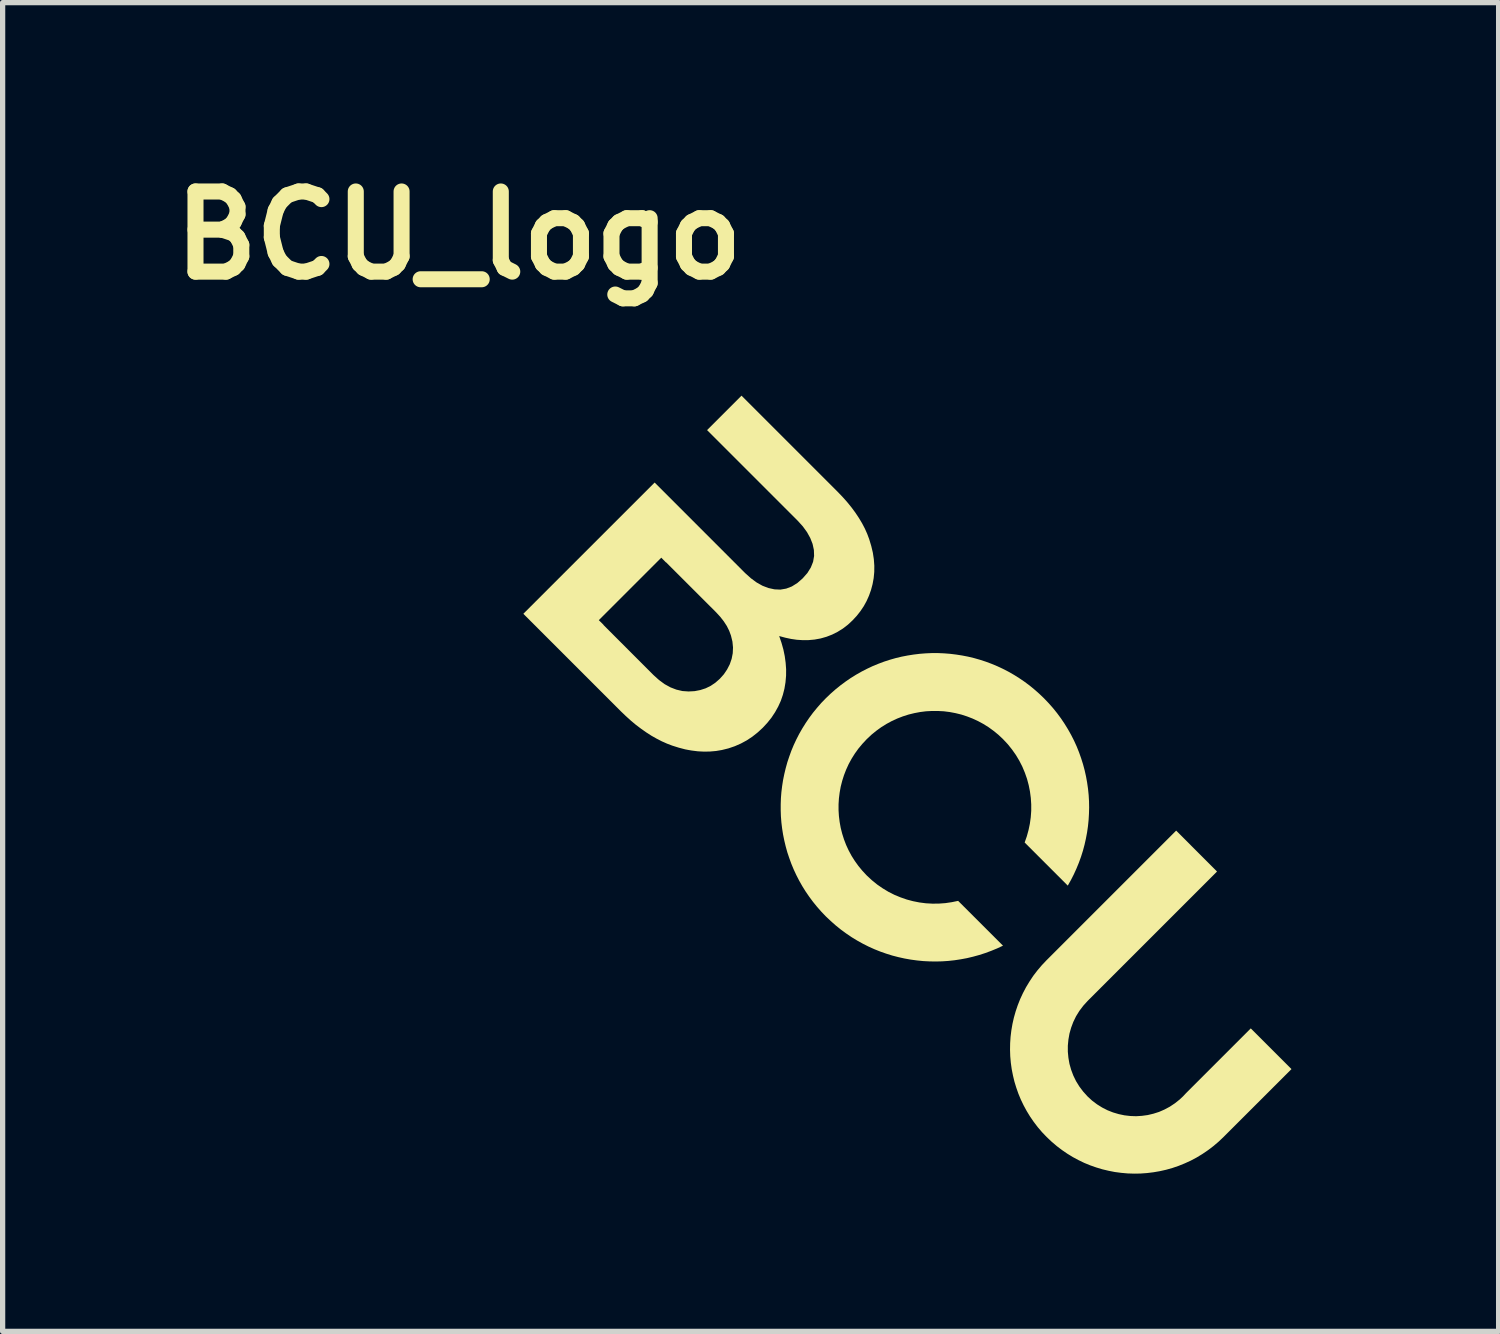
<source format=kicad_pcb>
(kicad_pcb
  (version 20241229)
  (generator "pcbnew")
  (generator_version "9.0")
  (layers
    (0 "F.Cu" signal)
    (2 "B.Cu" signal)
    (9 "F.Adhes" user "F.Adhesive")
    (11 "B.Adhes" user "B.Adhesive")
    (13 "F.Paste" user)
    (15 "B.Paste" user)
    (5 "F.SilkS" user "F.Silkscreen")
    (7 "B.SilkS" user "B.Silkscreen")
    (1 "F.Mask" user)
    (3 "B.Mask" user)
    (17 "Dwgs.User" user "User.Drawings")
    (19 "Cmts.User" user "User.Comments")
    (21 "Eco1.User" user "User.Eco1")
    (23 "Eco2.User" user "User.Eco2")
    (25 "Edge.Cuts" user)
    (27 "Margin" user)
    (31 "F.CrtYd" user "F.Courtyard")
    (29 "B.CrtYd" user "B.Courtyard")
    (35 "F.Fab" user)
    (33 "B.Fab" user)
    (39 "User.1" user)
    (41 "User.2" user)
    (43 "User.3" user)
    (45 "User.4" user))
  (footprint "BCU_logo"
    (layer "F.Cu")
    (at 5.675 2.871)
    (property "Reference" "BCU_logo" (at 0 -1.445 0) (layer "F.SilkS") (effects (font (size 1.524 1.524) (thickness 0.305))))
    (attr exclude_from_pos_files exclude_from_bom)
    (fp_poly (pts (xy 15.06 13.635) (xy 13.829 14.866) (xy 13.77 14.929) (xy 13.708 14.987) (xy 13.616 15.06) (xy 13.52 15.124) (xy 13.419 15.178) (xy 13.316 15.223) (xy 13.209 15.257) (xy 13.1 15.283) (xy 12.99 15.298) (xy 12.879 15.305) (xy 12.768 15.301) (xy 12.657 15.288) (xy 12.548 15.265) (xy 12.44 15.233) (xy 12.336 15.192) (xy 12.234 15.14) (xy 12.136 15.079) (xy 12.043 15.009) (xy 11.956 14.929) (xy 11.873 14.837) (xy 11.8 14.74) (xy 11.737 14.638) (xy 11.685 14.531) (xy 11.644 14.422) (xy 11.612 14.309) (xy 11.592 14.195) (xy 11.581 14.079) (xy 11.581 13.964) (xy 11.592 13.848) (xy 11.612 13.734) (xy 11.644 13.621) (xy 11.685 13.512) (xy 11.737 13.405) (xy 11.8 13.303) (xy 11.873 13.206) (xy 11.956 13.114) (xy 14.418 10.652) (xy 13.641 9.874) (xy 11.178 12.337) (xy 11.087 12.433) (xy 11.003 12.532) (xy 10.924 12.635) (xy 10.853 12.742) (xy 10.787 12.851) (xy 10.728 12.963) (xy 10.675 13.077) (xy 10.629 13.193) (xy 10.589 13.311) (xy 10.555 13.431) (xy 10.528 13.551) (xy 10.507 13.673) (xy 10.492 13.796) (xy 10.484 13.919) (xy 10.482 14.042) (xy 10.486 14.166) (xy 10.497 14.289) (xy 10.514 14.411) (xy 10.538 14.532) (xy 10.566 14.649) (xy 10.601 14.763) (xy 10.641 14.877) (xy 10.687 14.988) (xy 10.74 15.098) (xy 10.798 15.205) (xy 10.862 15.31) (xy 10.932 15.412) (xy 11.008 15.512) (xy 11.09 15.608) (xy 11.178 15.7) (xy 11.271 15.788) (xy 11.368 15.871) (xy 11.468 15.947) (xy 11.57 16.017) (xy 11.676 16.082) (xy 11.784 16.14) (xy 11.894 16.193) (xy 12.006 16.239) (xy 12.12 16.279) (xy 12.236 16.314) (xy 12.353 16.342) (xy 12.474 16.366) (xy 12.596 16.382) (xy 12.718 16.393) (xy 12.841 16.397) (xy 12.964 16.395) (xy 13.087 16.386) (xy 13.209 16.371) (xy 13.331 16.35) (xy 13.451 16.323) (xy 13.571 16.289) (xy 13.688 16.249) (xy 13.804 16.202) (xy 13.918 16.15) (xy 14.029 16.091) (xy 14.138 16.025) (xy 14.244 15.953) (xy 14.347 15.875) (xy 14.446 15.791) (xy 14.542 15.7) (xy 15.834 14.409) (xy 15.06 13.635)) (stroke (width 0) (type solid)) (fill yes) (layer "F.SilkS"))
    (fp_poly (pts (xy 6.223 6.929) (xy 6.224 6.806) (xy 6.215 6.683) (xy 6.198 6.557) (xy 6.172 6.431) (xy 6.136 6.303) (xy 6.092 6.174) (xy 6.206 6.205) (xy 6.318 6.229) (xy 6.428 6.245) (xy 6.537 6.252) (xy 6.643 6.252) (xy 6.764 6.241) (xy 6.88 6.22) (xy 6.992 6.188) (xy 7.1 6.146) (xy 7.203 6.094) (xy 7.303 6.032) (xy 7.398 5.959) (xy 7.488 5.875) (xy 7.567 5.79) (xy 7.637 5.701) (xy 7.7 5.607) (xy 7.754 5.509) (xy 7.8 5.406) (xy 7.838 5.299) (xy 7.868 5.187) (xy 7.889 5.072) (xy 7.9 4.955) (xy 7.901 4.835) (xy 7.892 4.713) (xy 7.873 4.588) (xy 7.843 4.462) (xy 7.804 4.333) (xy 7.766 4.231) (xy 7.721 4.13) (xy 7.668 4.029) (xy 7.608 3.929) (xy 7.541 3.828) (xy 7.467 3.728) (xy 7.385 3.627) (xy 7.296 3.527) (xy 7.2 3.427) (xy 5.376 1.603) (xy 4.721 2.258) (xy 6.442 3.979) (xy 6.541 4.088) (xy 6.621 4.198) (xy 6.683 4.31) (xy 6.727 4.422) (xy 6.752 4.537) (xy 6.756 4.651) (xy 6.737 4.762) (xy 6.694 4.87) (xy 6.628 4.976) (xy 6.538 5.078) (xy 6.437 5.166) (xy 6.333 5.231) (xy 6.226 5.272) (xy 6.116 5.291) (xy 6.002 5.286) (xy 5.888 5.261) (xy 5.775 5.218) (xy 5.664 5.156) (xy 5.554 5.075) (xy 5.445 4.977) (xy 3.724 3.255) (xy 1.227 5.751) (xy 3.077 7.601) (xy 3.174 7.694) (xy 3.271 7.782) (xy 3.368 7.863) (xy 3.466 7.937) (xy 3.564 8.006) (xy 3.662 8.069) (xy 3.761 8.125) (xy 3.86 8.176) (xy 3.959 8.22) (xy 4.059 8.258) (xy 4.183 8.297) (xy 4.305 8.329) (xy 4.369 8.341) (xy 4.369 7.228) (xy 4.369 7.228) (xy 4.252 7.22) (xy 4.137 7.193) (xy 4.025 7.15) (xy 3.914 7.089) (xy 3.806 7.01) (xy 3.7 6.914) (xy 2.75 5.963) (xy 2.752 5.961) (xy 2.662 5.872) (xy 3.85 4.684) (xy 3.939 4.774) (xy 3.941 4.772) (xy 4.892 5.722) (xy 4.971 5.808) (xy 5.039 5.895) (xy 5.096 5.983) (xy 5.141 6.073) (xy 5.175 6.165) (xy 5.203 6.279) (xy 5.214 6.391) (xy 5.209 6.501) (xy 5.188 6.608) (xy 5.152 6.712) (xy 5.102 6.809) (xy 5.04 6.901) (xy 4.964 6.986) (xy 4.88 7.06) (xy 4.79 7.121) (xy 4.694 7.168) (xy 4.592 7.201) (xy 4.483 7.222) (xy 4.369 7.228) (xy 4.369 8.341) (xy 4.426 8.351) (xy 4.545 8.366) (xy 4.662 8.372) (xy 4.777 8.37) (xy 4.891 8.36) (xy 5.003 8.341) (xy 5.128 8.31) (xy 5.248 8.269) (xy 5.364 8.218) (xy 5.475 8.158) (xy 5.581 8.088) (xy 5.682 8.008) (xy 5.779 7.919) (xy 5.867 7.824) (xy 5.946 7.725) (xy 6.014 7.622) (xy 6.073 7.516) (xy 6.123 7.406) (xy 6.162 7.292) (xy 6.192 7.175) (xy 6.212 7.054) (xy 6.223 6.929)) (stroke (width 0) (type solid)) (fill yes) (layer "F.SilkS"))
    (fp_poly (pts (xy 9.495 11.21) (xy 9.374 11.235) (xy 9.251 11.253) (xy 9.128 11.262) (xy 9.004 11.263) (xy 8.881 11.256) (xy 8.758 11.24) (xy 8.637 11.216) (xy 8.517 11.184) (xy 8.399 11.143) (xy 8.283 11.095) (xy 8.17 11.038) (xy 8.061 10.972) (xy 7.955 10.899) (xy 7.854 10.817) (xy 7.757 10.727) (xy 7.675 10.639) (xy 7.599 10.547) (xy 7.53 10.451) (xy 7.468 10.353) (xy 7.413 10.251) (xy 7.365 10.147) (xy 7.324 10.04) (xy 7.29 9.932) (xy 7.262 9.822) (xy 7.242 9.711) (xy 7.228 9.599) (xy 7.221 9.487) (xy 7.221 9.374) (xy 7.228 9.262) (xy 7.242 9.15) (xy 7.262 9.039) (xy 7.29 8.929) (xy 7.324 8.821) (xy 7.365 8.715) (xy 7.413 8.61) (xy 7.468 8.509) (xy 7.53 8.41) (xy 7.599 8.314) (xy 7.675 8.223) (xy 7.757 8.135) (xy 7.845 8.052) (xy 7.937 7.977) (xy 8.032 7.908) (xy 8.131 7.846) (xy 8.233 7.791) (xy 8.337 7.743) (xy 8.443 7.702) (xy 8.552 7.667) (xy 8.662 7.64) (xy 8.773 7.619) (xy 8.884 7.605) (xy 8.997 7.599) (xy 9.109 7.599) (xy 9.222 7.605) (xy 9.334 7.619) (xy 9.445 7.64) (xy 9.555 7.667) (xy 9.663 7.702) (xy 9.769 7.743) (xy 9.873 7.791) (xy 9.975 7.846) (xy 10.074 7.908) (xy 10.169 7.977) (xy 10.261 8.052) (xy 10.349 8.135) (xy 10.439 8.231) (xy 10.52 8.332) (xy 10.594 8.437) (xy 10.659 8.546) (xy 10.716 8.658) (xy 10.764 8.773) (xy 10.805 8.89) (xy 10.837 9.01) (xy 10.861 9.131) (xy 10.877 9.253) (xy 10.885 9.375) (xy 10.885 9.498) (xy 10.876 9.621) (xy 10.859 9.743) (xy 10.834 9.863) (xy 10.801 9.983) (xy 10.76 10.1) (xy 11.58 10.92) (xy 11.64 10.814) (xy 11.695 10.706) (xy 11.745 10.596) (xy 11.791 10.484) (xy 11.832 10.371) (xy 11.868 10.257) (xy 11.899 10.141) (xy 11.925 10.025) (xy 11.947 9.908) (xy 11.964 9.79) (xy 11.976 9.672) (xy 11.983 9.553) (xy 11.986 9.435) (xy 11.984 9.316) (xy 11.977 9.197) (xy 11.965 9.079) (xy 11.948 8.961) (xy 11.927 8.844) (xy 11.901 8.728) (xy 11.87 8.612) (xy 11.834 8.498) (xy 11.794 8.385) (xy 11.749 8.273) (xy 11.699 8.163) (xy 11.644 8.055) (xy 11.584 7.948) (xy 11.52 7.844) (xy 11.451 7.741) (xy 11.377 7.641) (xy 11.299 7.544) (xy 11.215 7.449) (xy 11.127 7.357) (xy 11.037 7.271) (xy 10.945 7.19) (xy 10.851 7.113) (xy 10.754 7.041) (xy 10.654 6.973) (xy 10.553 6.91) (xy 10.45 6.851) (xy 10.345 6.797) (xy 10.238 6.747) (xy 10.13 6.702) (xy 10.02 6.661) (xy 9.909 6.625) (xy 9.797 6.593) (xy 9.684 6.566) (xy 9.571 6.544) (xy 9.456 6.526) (xy 9.341 6.512) (xy 9.226 6.503) (xy 9.111 6.498) (xy 8.995 6.498) (xy 8.88 6.503) (xy 8.765 6.512) (xy 8.65 6.526) (xy 8.536 6.544) (xy 8.422 6.566) (xy 8.309 6.593) (xy 8.197 6.625) (xy 8.086 6.661) (xy 7.977 6.702) (xy 7.868 6.747) (xy 7.762 6.797) (xy 7.657 6.851) (xy 7.553 6.91) (xy 7.452 6.973) (xy 7.353 7.041) (xy 7.256 7.113) (xy 7.161 7.19) (xy 7.069 7.271) (xy 6.979 7.357) (xy 6.893 7.446) (xy 6.812 7.539) (xy 6.735 7.633) (xy 6.663 7.73) (xy 6.595 7.83) (xy 6.532 7.931) (xy 6.473 8.034) (xy 6.419 8.139) (xy 6.369 8.246) (xy 6.324 8.354) (xy 6.284 8.464) (xy 6.247 8.575) (xy 6.216 8.687) (xy 6.189 8.8) (xy 6.166 8.913) (xy 6.148 9.028) (xy 6.134 9.142) (xy 6.125 9.258) (xy 6.121 9.373) (xy 6.121 9.488) (xy 6.125 9.604) (xy 6.134 9.719) (xy 6.148 9.834) (xy 6.166 9.948) (xy 6.189 10.062) (xy 6.216 10.175) (xy 6.247 10.287) (xy 6.284 10.397) (xy 6.324 10.507) (xy 6.369 10.615) (xy 6.419 10.722) (xy 6.473 10.827) (xy 6.532 10.931) (xy 6.595 11.032) (xy 6.663 11.131) (xy 6.735 11.228) (xy 6.812 11.323) (xy 6.893 11.415) (xy 6.979 11.505) (xy 7.072 11.593) (xy 7.167 11.677) (xy 7.265 11.756) (xy 7.366 11.83) (xy 7.469 11.9) (xy 7.574 11.964) (xy 7.682 12.024) (xy 7.791 12.079) (xy 7.902 12.129) (xy 8.014 12.174) (xy 8.128 12.214) (xy 8.243 12.25) (xy 8.359 12.28) (xy 8.476 12.306) (xy 8.594 12.327) (xy 8.713 12.343) (xy 8.832 12.355) (xy 8.951 12.361) (xy 9.071 12.363) (xy 9.19 12.36) (xy 9.309 12.352) (xy 9.428 12.339) (xy 9.546 12.321) (xy 9.664 12.299) (xy 9.781 12.271) (xy 9.897 12.239) (xy 10.012 12.202) (xy 10.125 12.16) (xy 10.237 12.114) (xy 10.348 12.062) (xy 9.495 11.21)) (stroke (width 0) (type solid)) (fill yes) (layer "F.SilkS"))
    (fp_poly (pts (xy 4.852 3.655) (xy 4.748 3.695) (xy 4.641 3.712) (xy 4.535 3.708) (xy 4.432 3.685) (xy 4.336 3.642) (xy 4.249 3.581) (xy 4.174 3.502) (xy 4.115 3.408) (xy 4.075 3.304) (xy 4.058 3.197) (xy 4.062 3.091) (xy 4.086 2.988) (xy 4.129 2.892) (xy 4.19 2.805) (xy 4.268 2.73) (xy 4.362 2.671) (xy 4.466 2.631) (xy 4.573 2.614) (xy 4.679 2.618) (xy 4.782 2.642) (xy 4.878 2.685) (xy 4.965 2.746) (xy 5.04 2.824) (xy 5.099 2.918) (xy 5.139 3.022) (xy 5.156 3.129) (xy 5.152 3.235) (xy 5.128 3.338) (xy 5.086 3.434) (xy 5.025 3.521) (xy 4.946 3.596) (xy 4.852 3.655)) (stroke (width 0.00001) (type solid)) (fill no) (layer "Edge.Cuts"))
    (fp_poly (pts (xy 9.442 9.82) (xy 9.356 9.89) (xy 9.26 9.94) (xy 9.158 9.971) (xy 9.053 9.981) (xy 8.948 9.971) (xy 8.846 9.94) (xy 8.751 9.89) (xy 8.664 9.82) (xy 8.594 9.733) (xy 8.543 9.638) (xy 8.513 9.536) (xy 8.503 9.431) (xy 8.513 9.326) (xy 8.543 9.224) (xy 8.594 9.128) (xy 8.664 9.042) (xy 8.751 8.971) (xy 8.846 8.921) (xy 8.948 8.891) (xy 9.053 8.881) (xy 9.158 8.891) (xy 9.26 8.921) (xy 9.356 8.971) (xy 9.442 9.042) (xy 9.512 9.128) (xy 9.563 9.224) (xy 9.593 9.326) (xy 9.603 9.431) (xy 9.593 9.536) (xy 9.563 9.638) (xy 9.512 9.733) (xy 9.442 9.82)) (stroke (width 0.00001) (type solid)) (fill no) (layer "Edge.Cuts"))
    (fp_poly (pts (xy 16.611 13.622) (xy 16.525 13.693) (xy 16.43 13.743) (xy 16.328 13.773) (xy 16.223 13.783) (xy 16.118 13.773) (xy 16.016 13.743) (xy 15.92 13.693) (xy 15.834 13.622) (xy 15.763 13.536) (xy 15.713 13.44) (xy 15.683 13.338) (xy 15.673 13.233) (xy 15.683 13.128) (xy 15.713 13.026) (xy 15.763 12.931) (xy 15.834 12.845) (xy 15.92 12.774) (xy 16.016 12.724) (xy 16.118 12.694) (xy 16.223 12.683) (xy 16.328 12.694) (xy 16.43 12.724) (xy 16.525 12.774) (xy 16.611 12.845) (xy 16.682 12.931) (xy 16.732 13.026) (xy 16.762 13.128) (xy 16.773 13.233) (xy 16.762 13.338) (xy 16.732 13.44) (xy 16.682 13.536) (xy 16.611 13.622)) (stroke (width 0.00001) (type solid)) (fill no) (layer "Edge.Cuts")))
  (gr_rect
    (start -3 -3)
    (end 25.448 22.268)
    (stroke (width 0.1) (type default))
    (fill no)
    (layer "Edge.Cuts")))
</source>
